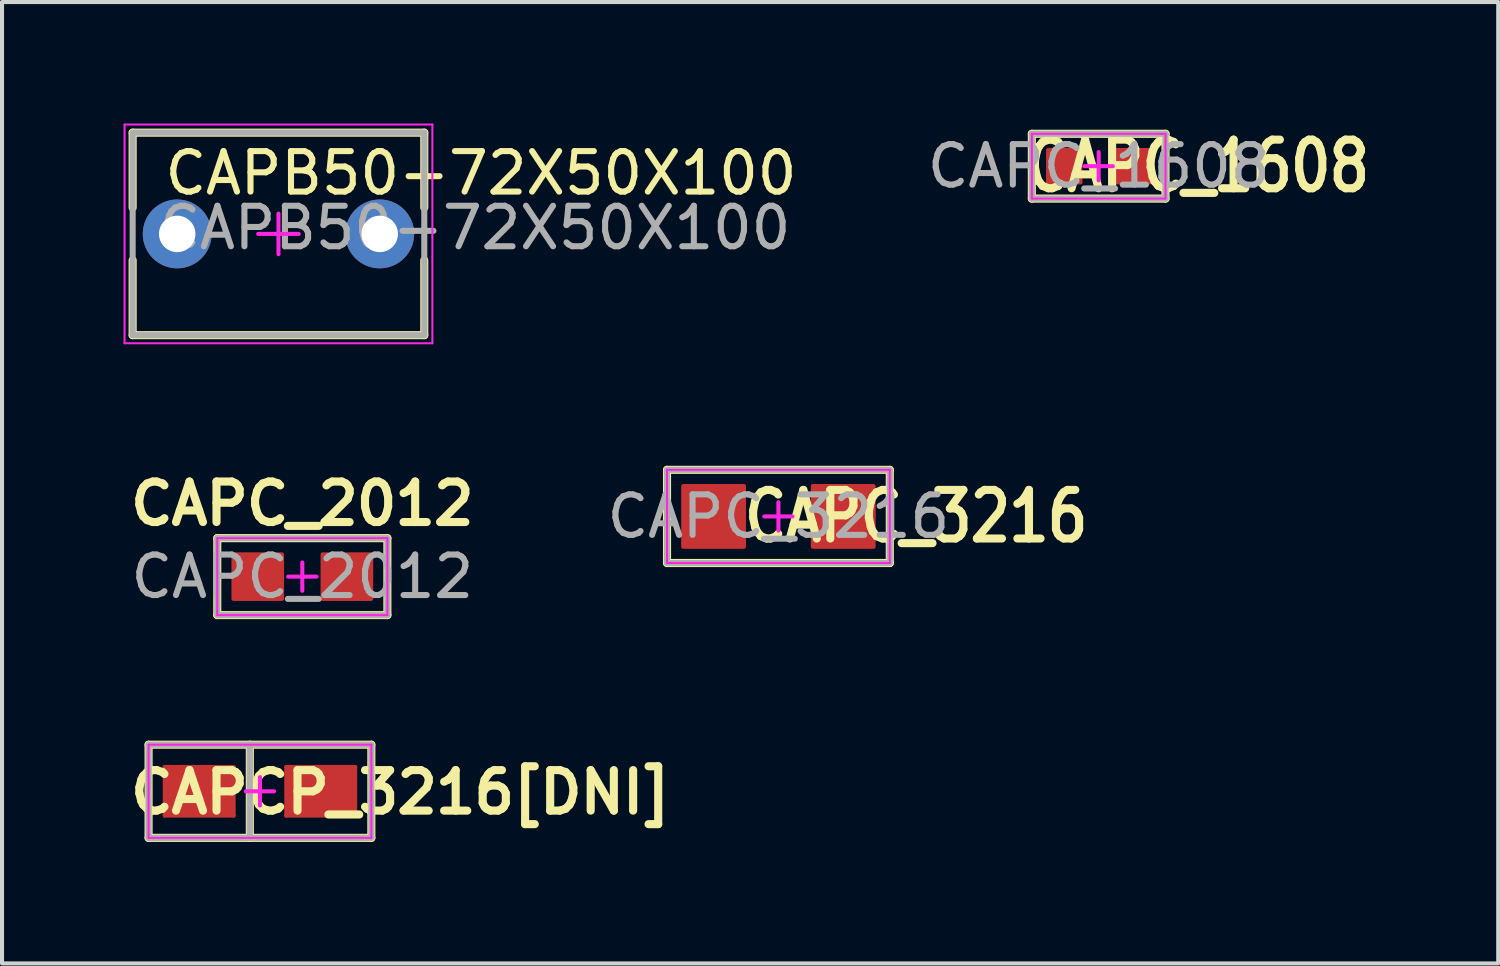
<source format=kicad_pcb>
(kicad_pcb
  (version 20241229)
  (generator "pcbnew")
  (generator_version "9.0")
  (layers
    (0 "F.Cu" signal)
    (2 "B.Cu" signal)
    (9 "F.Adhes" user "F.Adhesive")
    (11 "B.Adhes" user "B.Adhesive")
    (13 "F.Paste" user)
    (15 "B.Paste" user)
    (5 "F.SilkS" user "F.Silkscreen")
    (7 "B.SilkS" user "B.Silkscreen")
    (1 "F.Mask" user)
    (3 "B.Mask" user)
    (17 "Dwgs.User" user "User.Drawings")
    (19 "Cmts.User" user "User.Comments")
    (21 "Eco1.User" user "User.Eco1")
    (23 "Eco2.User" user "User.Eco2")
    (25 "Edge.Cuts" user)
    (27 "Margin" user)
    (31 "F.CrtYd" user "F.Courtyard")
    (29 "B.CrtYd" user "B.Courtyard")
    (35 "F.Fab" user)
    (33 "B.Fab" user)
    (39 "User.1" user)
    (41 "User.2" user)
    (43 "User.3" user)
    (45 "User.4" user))
  (footprint "CAPCP_3216[DNI]"
    (layer "F.Cu")
    (at 3.368 16.486)
    (property "Reference" "CAPCP_3216[DNI]" (at 3.475 0.025 0) (layer "F.SilkS") (effects (font (size 1 1) (thickness 0.2))))
    (attr through_hole)
    (fp_line (start -2.375 0.6) (end -2.375 -0.6) (stroke (width 0.05) (type solid)) (layer "F.Cu"))
    (fp_line (start -2.35 -0.625) (end -0.65 -0.625) (stroke (width 0.05) (type solid)) (layer "F.Cu"))
    (fp_line (start -2.35 -0.6) (end -0.65 -0.6) (stroke (width 0.05) (type solid)) (layer "F.Cu"))
    (fp_line (start -2.35 0.6) (end -2.35 -0.6) (stroke (width 0.05) (type solid)) (layer "F.Cu"))
    (fp_line (start -2.35 0.6) (end -0.65 0.6) (stroke (width 0.05) (type solid)) (layer "F.Cu"))
    (fp_line (start -2.35 0.625) (end -0.65 0.625) (stroke (width 0.05) (type solid)) (layer "F.Cu"))
    (fp_line (start -0.65 0.6) (end -0.65 -0.6) (stroke (width 0.05) (type solid)) (layer "F.Cu"))
    (fp_line (start -0.625 0.6) (end -0.625 -0.6) (stroke (width 0.05) (type solid)) (layer "F.Cu"))
    (fp_line (start 0.625 0.6) (end 0.625 -0.6) (stroke (width 0.05) (type solid)) (layer "F.Cu"))
    (fp_line (start 0.65 -0.625) (end 2.35 -0.625) (stroke (width 0.05) (type solid)) (layer "F.Cu"))
    (fp_line (start 0.65 -0.6) (end 2.35 -0.6) (stroke (width 0.05) (type solid)) (layer "F.Cu"))
    (fp_line (start 0.65 0.6) (end 0.65 -0.6) (stroke (width 0.05) (type solid)) (layer "F.Cu"))
    (fp_line (start 0.65 0.6) (end 2.35 0.6) (stroke (width 0.05) (type solid)) (layer "F.Cu"))
    (fp_line (start 0.65 0.625) (end 2.35 0.625) (stroke (width 0.05) (type solid)) (layer "F.Cu"))
    (fp_line (start 2.35 0.6) (end 2.35 -0.6) (stroke (width 0.05) (type solid)) (layer "F.Cu"))
    (fp_line (start 2.375 0.6) (end 2.375 -0.6) (stroke (width 0.05) (type solid)) (layer "F.Cu"))
    (fp_arc (start -2.375 -0.6) (mid -2.367693 -0.617662) (end -2.350044 -0.625) (stroke (width 0.05) (type solid)) (layer "F.Cu"))
    (fp_arc (start -2.375 -0.6) (mid -2.367693 -0.617662) (end -2.350044 -0.625) (stroke (width 0.05) (type solid)) (layer "F.Cu"))
    (fp_arc (start -2.35 0.625) (mid -2.367662 0.617693) (end -2.375 0.600044) (stroke (width 0.05) (type solid)) (layer "F.Cu"))
    (fp_arc (start -2.35 0.625) (mid -2.367662 0.617693) (end -2.375 0.600044) (stroke (width 0.05) (type solid)) (layer "F.Cu"))
    (fp_arc (start -0.65 -0.625) (mid -0.632338 -0.617693) (end -0.625 -0.600044) (stroke (width 0.05) (type solid)) (layer "F.Cu"))
    (fp_arc (start -0.65 -0.625) (mid -0.632338 -0.617693) (end -0.625 -0.600044) (stroke (width 0.05) (type solid)) (layer "F.Cu"))
    (fp_arc (start -0.625 0.6) (mid -0.632307 0.617662) (end -0.649956 0.625) (stroke (width 0.05) (type solid)) (layer "F.Cu"))
    (fp_arc (start -0.625 0.6) (mid -0.632307 0.617662) (end -0.649956 0.625) (stroke (width 0.05) (type solid)) (layer "F.Cu"))
    (fp_arc (start 0.625 -0.6) (mid 0.632307 -0.617662) (end 0.649956 -0.625) (stroke (width 0.05) (type solid)) (layer "F.Cu"))
    (fp_arc (start 0.625 -0.6) (mid 0.632307 -0.617662) (end 0.649956 -0.625) (stroke (width 0.05) (type solid)) (layer "F.Cu"))
    (fp_arc (start 0.65 0.625) (mid 0.632338 0.617693) (end 0.625 0.600044) (stroke (width 0.05) (type solid)) (layer "F.Cu"))
    (fp_arc (start 0.65 0.625) (mid 0.632338 0.617693) (end 0.625 0.600044) (stroke (width 0.05) (type solid)) (layer "F.Cu"))
    (fp_arc (start 2.35 -0.625) (mid 2.367662 -0.617693) (end 2.375 -0.600044) (stroke (width 0.05) (type solid)) (layer "F.Cu"))
    (fp_arc (start 2.35 -0.625) (mid 2.367662 -0.617693) (end 2.375 -0.600044) (stroke (width 0.05) (type solid)) (layer "F.Cu"))
    (fp_arc (start 2.375 0.6) (mid 2.367693 0.617662) (end 2.350044 0.625) (stroke (width 0.05) (type solid)) (layer "F.Cu"))
    (fp_arc (start 2.375 0.6) (mid 2.367693 0.617662) (end 2.350044 0.625) (stroke (width 0.05) (type solid)) (layer "F.Cu"))
    (fp_line (start -2.45 -0.6) (end -2.45 0.6) (stroke (width 0.1) (type solid)) (layer "F.Mask"))
    (fp_line (start -0.65 -0.7) (end -2.35 -0.7) (stroke (width 0.1) (type solid)) (layer "F.Mask"))
    (fp_line (start -0.65 0.7) (end -2.35 0.7) (stroke (width 0.1) (type solid)) (layer "F.Mask"))
    (fp_line (start -0.55 -0.6) (end -0.55 0.6) (stroke (width 0.1) (type solid)) (layer "F.Mask"))
    (fp_line (start 0.55 -0.6) (end 0.55 0.6) (stroke (width 0.1) (type solid)) (layer "F.Mask"))
    (fp_line (start 2.325 -0.7) (end 0.65 -0.7) (stroke (width 0.1) (type solid)) (layer "F.Mask"))
    (fp_line (start 2.35 0.7) (end 0.65 0.7) (stroke (width 0.1) (type solid)) (layer "F.Mask"))
    (fp_line (start 2.45 -0.6) (end 2.45 0.6) (stroke (width 0.1) (type solid)) (layer "F.Mask"))
    (fp_arc (start -2.45 -0.6) (mid -2.420773 -0.670649) (end -2.350175 -0.7) (stroke (width 0.1) (type solid)) (layer "F.Mask"))
    (fp_arc (start -2.45 -0.6) (mid -2.420773 -0.670649) (end -2.350175 -0.7) (stroke (width 0.1) (type solid)) (layer "F.Mask"))
    (fp_arc (start -2.35 0.7) (mid -2.420649 0.670773) (end -2.45 0.600175) (stroke (width 0.1) (type solid)) (layer "F.Mask"))
    (fp_arc (start -2.35 0.7) (mid -2.420649 0.670773) (end -2.45 0.600175) (stroke (width 0.1) (type solid)) (layer "F.Mask"))
    (fp_arc (start -0.65 -0.7) (mid -0.579351 -0.670773) (end -0.55 -0.600175) (stroke (width 0.1) (type solid)) (layer "F.Mask"))
    (fp_arc (start -0.65 -0.7) (mid -0.579351 -0.670773) (end -0.55 -0.600175) (stroke (width 0.1) (type solid)) (layer "F.Mask"))
    (fp_arc (start -0.55 0.6) (mid -0.579227 0.670649) (end -0.649825 0.7) (stroke (width 0.1) (type solid)) (layer "F.Mask"))
    (fp_arc (start -0.55 0.6) (mid -0.579227 0.670649) (end -0.649825 0.7) (stroke (width 0.1) (type solid)) (layer "F.Mask"))
    (fp_arc (start 0.55 -0.6) (mid 0.579227 -0.670649) (end 0.649825 -0.7) (stroke (width 0.1) (type solid)) (layer "F.Mask"))
    (fp_arc (start 0.55 -0.6) (mid 0.579227 -0.670649) (end 0.649825 -0.7) (stroke (width 0.1) (type solid)) (layer "F.Mask"))
    (fp_arc (start 0.65 0.7) (mid 0.579351 0.670773) (end 0.55 0.600175) (stroke (width 0.1) (type solid)) (layer "F.Mask"))
    (fp_arc (start 0.65 0.7) (mid 0.579351 0.670773) (end 0.55 0.600175) (stroke (width 0.1) (type solid)) (layer "F.Mask"))
    (fp_arc (start 2.35 -0.7) (mid 2.420649 -0.670773) (end 2.45 -0.600175) (stroke (width 0.1) (type solid)) (layer "F.Mask"))
    (fp_arc (start 2.35 -0.7) (mid 2.420649 -0.670773) (end 2.45 -0.600175) (stroke (width 0.1) (type solid)) (layer "F.Mask"))
    (fp_arc (start 2.45 0.6) (mid 2.420773 0.670649) (end 2.350175 0.7) (stroke (width 0.1) (type solid)) (layer "F.Mask"))
    (fp_arc (start 2.45 0.6) (mid 2.420773 0.670649) (end 2.350175 0.7) (stroke (width 0.1) (type solid)) (layer "F.Mask"))
    (fp_line (start -2.75 -1.15) (end -2.75 1.15) (stroke (width 0.2) (type solid)) (layer "F.SilkS"))
    (fp_line (start -2.75 1.15) (end 2.75 1.15) (stroke (width 0.2) (type solid)) (layer "F.SilkS"))
    (fp_line (start -0.25 -1.15) (end -0.25 1.15) (stroke (width 0.2) (type solid)) (layer "F.SilkS"))
    (fp_line (start 2.75 -1.15) (end -2.75 -1.15) (stroke (width 0.2) (type solid)) (layer "F.SilkS"))
    (fp_line (start 2.75 1.15) (end 2.75 -1.15) (stroke (width 0.2) (type solid)) (layer "F.SilkS"))
    (fp_line (start -2.35 -0.6) (end -0.65 -0.6) (stroke (width 0.05) (type solid)) (layer "F.Paste"))
    (fp_line (start -2.35 0.6) (end -2.35 -0.6) (stroke (width 0.05) (type solid)) (layer "F.Paste"))
    (fp_line (start -0.65 -0.6) (end -0.65 0.6) (stroke (width 0.05) (type solid)) (layer "F.Paste"))
    (fp_line (start -0.65 0.6) (end -2.35 0.6) (stroke (width 0.05) (type solid)) (layer "F.Paste"))
    (fp_line (start 0.65 -0.6) (end 2.35 -0.6) (stroke (width 0.05) (type solid)) (layer "F.Paste"))
    (fp_line (start 0.65 0.6) (end 0.65 -0.6) (stroke (width 0.05) (type solid)) (layer "F.Paste"))
    (fp_line (start 2.35 -0.6) (end 2.35 0.6) (stroke (width 0.05) (type solid)) (layer "F.Paste"))
    (fp_line (start 2.35 0.6) (end 0.65 0.6) (stroke (width 0.05) (type solid)) (layer "F.Paste"))
    (fp_line (start -2.75 -1.15) (end 2.75 -1.15) (stroke (width 0.05) (type solid)) (layer "F.CrtYd"))
    (fp_line (start -2.75 1.15) (end -2.75 -1.15) (stroke (width 0.05) (type solid)) (layer "F.CrtYd"))
    (fp_line (start -0.35 0) (end 0.35 0) (stroke (width 0.1) (type solid)) (layer "F.CrtYd"))
    (fp_line (start 0 -0.35) (end 0 0.35) (stroke (width 0.1) (type solid)) (layer "F.CrtYd"))
    (fp_line (start 2.75 -1.15) (end 2.75 1.15) (stroke (width 0.05) (type solid)) (layer "F.CrtYd"))
    (fp_line (start 2.75 1.15) (end -2.75 1.15) (stroke (width 0.05) (type solid)) (layer "F.CrtYd"))
    (fp_line (start -2.75 -1.15) (end -2.75 1.15) (stroke (width 0.15) (type solid)) (layer "F.Fab"))
    (fp_line (start -2.75 1.15) (end 2.75 1.15) (stroke (width 0.15) (type solid)) (layer "F.Fab"))
    (fp_line (start -0.25 -1.15) (end -0.25 1.15) (stroke (width 0.15) (type solid)) (layer "F.Fab"))
    (fp_line (start 2.75 -1.15) (end -2.75 -1.15) (stroke (width 0.15) (type solid)) (layer "F.Fab"))
    (fp_line (start 2.75 1.15) (end 2.75 -1.15) (stroke (width 0.15) (type solid)) (layer "F.Fab"))
    (pad "1" smd rect (at -1.5 0) (size 1.7 1.2) (layers "F.Cu" "F.Mask" "F.Paste"))
    (pad "2" smd rect (at 1.5 0) (size 1.7 1.2) (layers "F.Cu" "F.Mask" "F.Paste")))
  (footprint "CAPC_1608"
    (layer "F.Cu")
    (at 24.075 1.053)
    (property "Reference" "CAPC_1608" (at 2.45 0 0) (layer "F.SilkS") (effects (font (size 1.2 1) (thickness 0.2))))
    (attr through_hole)
    (fp_line (start -1.65 -0.8) (end 1.65 -0.8) (stroke (width 0.2) (type solid)) (layer "F.SilkS"))
    (fp_line (start -1.65 0.8) (end -1.65 -0.8) (stroke (width 0.2) (type solid)) (layer "F.SilkS"))
    (fp_line (start -1.65 0.8) (end 1.65 0.8) (stroke (width 0.2) (type solid)) (layer "F.SilkS"))
    (fp_line (start 1.65 -0.8) (end 1.65 0.8) (stroke (width 0.2) (type solid)) (layer "F.SilkS"))
    (fp_line (start -1.65 -0.8) (end 1.65 -0.8) (stroke (width 0.05) (type solid)) (layer "F.CrtYd"))
    (fp_line (start -1.65 0.8) (end -1.65 -0.8) (stroke (width 0.05) (type solid)) (layer "F.CrtYd"))
    (fp_line (start -0.35 0) (end 0.35 0) (stroke (width 0.1) (type solid)) (layer "F.CrtYd"))
    (fp_line (start 0 -0.35) (end 0 0.35) (stroke (width 0.1) (type solid)) (layer "F.CrtYd"))
    (fp_line (start 1.65 -0.8) (end 1.65 0.8) (stroke (width 0.05) (type solid)) (layer "F.CrtYd"))
    (fp_line (start 1.65 0.8) (end -1.65 0.8) (stroke (width 0.05) (type solid)) (layer "F.CrtYd"))
    (fp_line (start -1.65 -0.8) (end -1.65 0.8) (stroke (width 0.15) (type solid)) (layer "F.Fab"))
    (fp_line (start -1.65 0.8) (end 1.65 0.8) (stroke (width 0.15) (type solid)) (layer "F.Fab"))
    (fp_line (start 1.65 -0.8) (end -1.65 -0.8) (stroke (width 0.15) (type solid)) (layer "F.Fab"))
    (fp_line (start 1.65 0.8) (end 1.65 -0.8) (stroke (width 0.15) (type solid)) (layer "F.Fab"))
    (fp_text user "${REFERENCE}" (at 0 0 0) (layer "F.Fab") (effects (font (size 1 1) (thickness 0.15))))
    (pad "1" smd roundrect (at -0.85 0) (size 0.9 0.9) (layers "F.Cu" "F.Mask" "F.Paste") (roundrect_rratio 0.056))
    (pad "2" smd roundrect (at 0.85 0) (size 0.9 0.9) (layers "F.Cu" "F.Mask" "F.Paste") (roundrect_rratio 0.056)))
  (footprint "CAPB50-72X50X100"
    (layer "F.Cu")
    (at 3.825 2.725)
    (property "Reference" "CAPB50-72X50X100" (at 5 -1.5 0) (layer "F.SilkS") (effects (font (size 1 1) (thickness 0.15))))
    (attr through_hole)
    (fp_line (start -3.6 -2.5) (end -3.6 -0.65) (stroke (width 0.2) (type solid)) (layer "F.SilkS"))
    (fp_line (start -3.6 -2.5) (end 3.6 -2.5) (stroke (width 0.2) (type solid)) (layer "F.SilkS"))
    (fp_line (start -3.6 2.5) (end -3.6 0.65) (stroke (width 0.2) (type solid)) (layer "F.SilkS"))
    (fp_line (start 3.6 -2.5) (end 3.6 -0.65) (stroke (width 0.2) (type solid)) (layer "F.SilkS"))
    (fp_line (start 3.6 2.5) (end -3.6 2.5) (stroke (width 0.2) (type solid)) (layer "F.SilkS"))
    (fp_line (start 3.6 2.5) (end 3.6 0.65) (stroke (width 0.2) (type solid)) (layer "F.SilkS"))
    (fp_line (start -3.8 -2.7) (end -3.8 2.7) (stroke (width 0.05) (type solid)) (layer "F.CrtYd"))
    (fp_line (start -3.8 2.7) (end 3.8 2.7) (stroke (width 0.05) (type solid)) (layer "F.CrtYd"))
    (fp_line (start -0.5 0) (end 0.5 0) (stroke (width 0.1) (type solid)) (layer "F.CrtYd"))
    (fp_line (start 0 -0.5) (end 0 0.5) (stroke (width 0.1) (type solid)) (layer "F.CrtYd"))
    (fp_line (start 3.8 -2.7) (end -3.8 -2.7) (stroke (width 0.05) (type solid)) (layer "F.CrtYd"))
    (fp_line (start 3.8 2.7) (end 3.8 -2.7) (stroke (width 0.05) (type solid)) (layer "F.CrtYd"))
    (fp_line (start -3.6 -2.5) (end -3.6 2.5) (stroke (width 0.15) (type solid)) (layer "F.Fab"))
    (fp_line (start -3.6 2.5) (end 3.6 2.5) (stroke (width 0.15) (type solid)) (layer "F.Fab"))
    (fp_line (start 3.6 -2.5) (end -3.6 -2.5) (stroke (width 0.15) (type solid)) (layer "F.Fab"))
    (fp_line (start 3.6 2.5) (end 3.6 -2.5) (stroke (width 0.15) (type solid)) (layer "F.Fab"))
    (fp_text user "${REFERENCE}" (at 4.85 -0.15 0) (layer "F.Fab") (effects (font (size 1 1) (thickness 0.15))))
    (pad "1" thru_hole circle (at -2.5 0) (size 1.7 1.7) (drill 0.9) (layers "*.Cu" "*.Mask"))
    (pad "2" thru_hole circle (at 2.5 0) (size 1.7 1.7) (drill 0.9) (layers "*.Cu" "*.Mask")))
  (footprint "CAPC_2012"
    (layer "F.Cu")
    (at 4.414 11.186)
    (property "Reference" "CAPC_2012" (at 0 -1.8 0) (layer "F.SilkS") (effects (font (size 1 1) (thickness 0.2))))
    (attr smd)
    (fp_line (start -2.1 -0.95) (end 2.1 -0.95) (stroke (width 0.2) (type solid)) (layer "F.SilkS"))
    (fp_line (start -2.1 0.95) (end -2.1 -0.95) (stroke (width 0.2) (type solid)) (layer "F.SilkS"))
    (fp_line (start -2.1 0.95) (end 2.1 0.95) (stroke (width 0.2) (type solid)) (layer "F.SilkS"))
    (fp_line (start 2.1 -0.95) (end 2.1 0.95) (stroke (width 0.2) (type solid)) (layer "F.SilkS"))
    (fp_line (start -2.1 -0.95) (end 2.1 -0.95) (stroke (width 0.05) (type solid)) (layer "F.CrtYd"))
    (fp_line (start -2.1 0.95) (end -2.1 -0.95) (stroke (width 0.05) (type solid)) (layer "F.CrtYd"))
    (fp_line (start -0.35 0) (end 0.35 0) (stroke (width 0.1) (type solid)) (layer "F.CrtYd"))
    (fp_line (start 0 -0.35) (end 0 0.35) (stroke (width 0.1) (type solid)) (layer "F.CrtYd"))
    (fp_line (start 2.1 -0.95) (end 2.1 0.95) (stroke (width 0.05) (type solid)) (layer "F.CrtYd"))
    (fp_line (start 2.1 0.95) (end -2.1 0.95) (stroke (width 0.05) (type solid)) (layer "F.CrtYd"))
    (fp_line (start -2.1 -0.95) (end -2.1 0.95) (stroke (width 0.15) (type solid)) (layer "F.Fab"))
    (fp_line (start -2.1 0.95) (end 2.1 0.95) (stroke (width 0.15) (type solid)) (layer "F.Fab"))
    (fp_line (start 2.1 -0.95) (end -2.1 -0.95) (stroke (width 0.15) (type solid)) (layer "F.Fab"))
    (fp_line (start 2.1 0.95) (end 2.1 -0.95) (stroke (width 0.15) (type solid)) (layer "F.Fab"))
    (fp_text user "${REFERENCE}" (at 0 0 0) (layer "F.Fab") (effects (font (size 1 1) (thickness 0.15))))
    (pad "1" smd roundrect (at -1.1 0) (size 1.3 1.2) (layers "F.Cu" "F.Mask" "F.Paste") (roundrect_rratio 0.042))
    (pad "2" smd roundrect (at 1.1 0) (size 1.3 1.2) (layers "F.Cu" "F.Mask" "F.Paste") (roundrect_rratio 0.042)))
  (footprint "CAPC_3216"
    (layer "F.Cu")
    (at 16.168 9.7)
    (property "Reference" "CAPC_3216" (at 3.4 0 0) (layer "F.SilkS") (effects (font (size 1.2 1) (thickness 0.2))))
    (attr through_hole)
    (fp_line (start -2.75 -1.15) (end -2.75 1.15) (stroke (width 0.2) (type solid)) (layer "F.SilkS"))
    (fp_line (start -2.75 1.15) (end 2.75 1.15) (stroke (width 0.2) (type solid)) (layer "F.SilkS"))
    (fp_line (start 2.75 -1.15) (end -2.75 -1.15) (stroke (width 0.2) (type solid)) (layer "F.SilkS"))
    (fp_line (start 2.75 1.15) (end 2.75 -1.15) (stroke (width 0.2) (type solid)) (layer "F.SilkS"))
    (fp_line (start -2.75 -1.15) (end 2.75 -1.15) (stroke (width 0.05) (type solid)) (layer "F.CrtYd"))
    (fp_line (start -2.75 1.15) (end -2.75 -1.15) (stroke (width 0.05) (type solid)) (layer "F.CrtYd"))
    (fp_line (start -0.35 0) (end 0.35 0) (stroke (width 0.1) (type solid)) (layer "F.CrtYd"))
    (fp_line (start 0 -0.35) (end 0 0.35) (stroke (width 0.1) (type solid)) (layer "F.CrtYd"))
    (fp_line (start 2.75 -1.15) (end 2.75 1.15) (stroke (width 0.05) (type solid)) (layer "F.CrtYd"))
    (fp_line (start 2.75 1.15) (end -2.75 1.15) (stroke (width 0.05) (type solid)) (layer "F.CrtYd"))
    (fp_line (start -2.75 -1.15) (end -2.75 1.15) (stroke (width 0.15) (type solid)) (layer "F.Fab"))
    (fp_line (start -2.75 1.15) (end 2.75 1.15) (stroke (width 0.15) (type solid)) (layer "F.Fab"))
    (fp_line (start 2.75 -1.15) (end -2.75 -1.15) (stroke (width 0.15) (type solid)) (layer "F.Fab"))
    (fp_line (start 2.75 1.15) (end 2.75 -1.15) (stroke (width 0.15) (type solid)) (layer "F.Fab"))
    (fp_text user "${REFERENCE}" (at 0 0 0) (layer "F.Fab") (effects (font (size 1 1) (thickness 0.15))))
    (pad "1" smd roundrect (at -1.6 0) (size 1.6 1.6) (layers "F.Cu" "F.Mask" "F.Paste") (roundrect_rratio 0.032))
    (pad "2" smd roundrect (at 1.6 0) (size 1.6 1.6) (layers "F.Cu" "F.Mask" "F.Paste") (roundrect_rratio 0.032)))
  (gr_rect
    (start -3 -3)
    (end 33.939 20.736)
    (stroke (width 0.1) (type default))
    (fill no)
    (layer "Edge.Cuts")))
</source>
